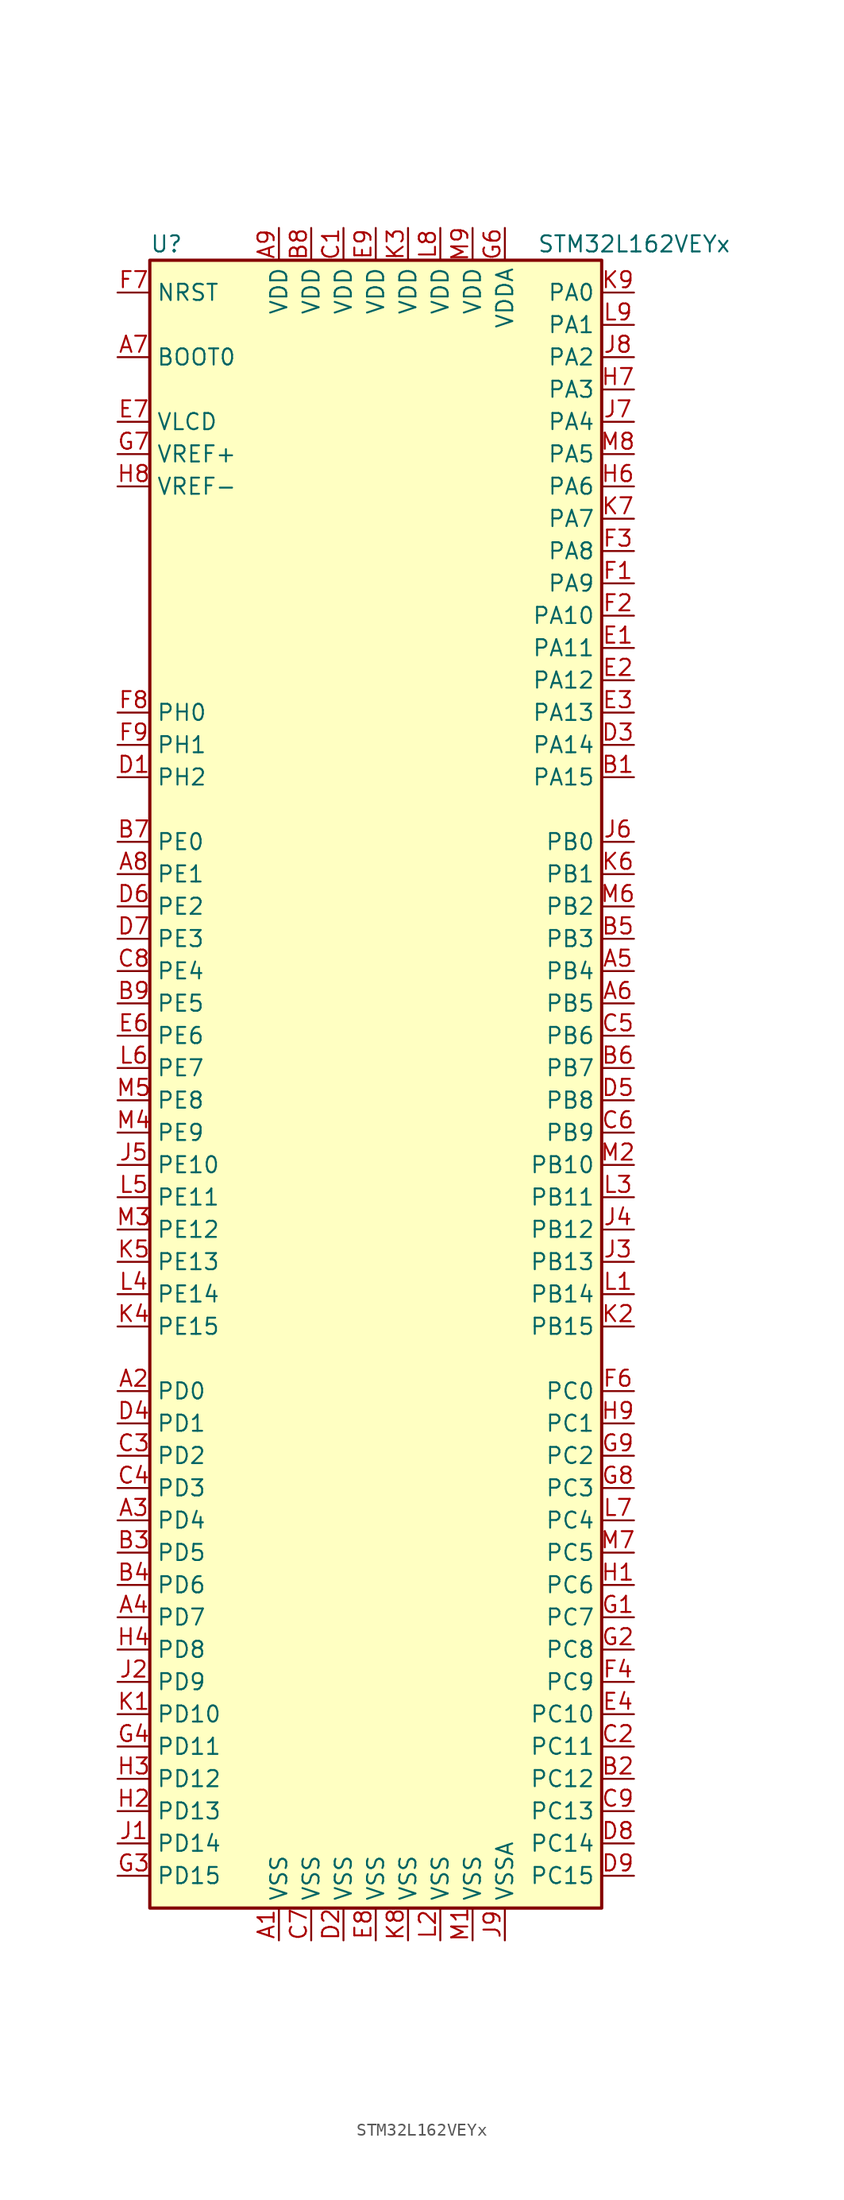
<source format=kicad_sym>
(kicad_symbol_lib
  (version 20201005)
  (generator kicad_symbol_editor)
  (symbol "STM32L162VEYx"
    (property "Reference" "U"
      (at -17.78 64.77 0)
      (effects (font (size 1.27 1.27)) (justify left)))
    (property "Value" "STM32L162VEYx"
      (at 12.7 64.77 0)
      (effects (font (size 1.27 1.27)) (justify left)))
    (symbol "STM32L162VEYx_0_1"
      (rectangle (start -17.78 -66.04) (end 17.78 63.5) (stroke (width 0.254)) (fill (type background))))
    (symbol "STM32L162VEYx_1_1"
      (pin power_in line (at -7.62 -68.58 90) (length 2.54) (name "VSS" (effects (font (size 1.27 1.27)))) (number "A1" (effects (font (size 1.27 1.27)))))
      (pin bidirectional line (at -20.32 -25.4 0) (length 2.54) (name "PD0" (effects (font (size 1.27 1.27)))) (number "A2" (effects (font (size 1.27 1.27)))))
      (pin bidirectional line (at -20.32 -35.56 0) (length 2.54) (name "PD4" (effects (font (size 1.27 1.27)))) (number "A3" (effects (font (size 1.27 1.27)))))
      (pin bidirectional line (at -20.32 -43.18 0) (length 2.54) (name "PD7" (effects (font (size 1.27 1.27)))) (number "A4" (effects (font (size 1.27 1.27)))))
      (pin bidirectional line (at 20.32 7.62 180) (length 2.54) (name "PB4" (effects (font (size 1.27 1.27)))) (number "A5" (effects (font (size 1.27 1.27)))))
      (pin bidirectional line (at 20.32 5.08 180) (length 2.54) (name "PB5" (effects (font (size 1.27 1.27)))) (number "A6" (effects (font (size 1.27 1.27)))))
      (pin input line (at -20.32 55.88 0) (length 2.54) (name "BOOT0" (effects (font (size 1.27 1.27)))) (number "A7" (effects (font (size 1.27 1.27)))))
      (pin bidirectional line (at -20.32 15.24 0) (length 2.54) (name "PE1" (effects (font (size 1.27 1.27)))) (number "A8" (effects (font (size 1.27 1.27)))))
      (pin power_in line (at -7.62 66.04 270) (length 2.54) (name "VDD" (effects (font (size 1.27 1.27)))) (number "A9" (effects (font (size 1.27 1.27)))))
      (pin bidirectional line (at 20.32 22.86 180) (length 2.54) (name "PA15" (effects (font (size 1.27 1.27)))) (number "B1" (effects (font (size 1.27 1.27)))))
      (pin bidirectional line (at 20.32 -55.88 180) (length 2.54) (name "PC12" (effects (font (size 1.27 1.27)))) (number "B2" (effects (font (size 1.27 1.27)))))
      (pin bidirectional line (at -20.32 -38.1 0) (length 2.54) (name "PD5" (effects (font (size 1.27 1.27)))) (number "B3" (effects (font (size 1.27 1.27)))))
      (pin bidirectional line (at -20.32 -40.64 0) (length 2.54) (name "PD6" (effects (font (size 1.27 1.27)))) (number "B4" (effects (font (size 1.27 1.27)))))
      (pin bidirectional line (at 20.32 10.16 180) (length 2.54) (name "PB3" (effects (font (size 1.27 1.27)))) (number "B5" (effects (font (size 1.27 1.27)))))
      (pin bidirectional line (at 20.32 0 180) (length 2.54) (name "PB7" (effects (font (size 1.27 1.27)))) (number "B6" (effects (font (size 1.27 1.27)))))
      (pin bidirectional line (at -20.32 17.78 0) (length 2.54) (name "PE0" (effects (font (size 1.27 1.27)))) (number "B7" (effects (font (size 1.27 1.27)))))
      (pin power_in line (at -5.08 66.04 270) (length 2.54) (name "VDD" (effects (font (size 1.27 1.27)))) (number "B8" (effects (font (size 1.27 1.27)))))
      (pin bidirectional line (at -20.32 5.08 0) (length 2.54) (name "PE5" (effects (font (size 1.27 1.27)))) (number "B9" (effects (font (size 1.27 1.27)))))
      (pin power_in line (at -2.54 66.04 270) (length 2.54) (name "VDD" (effects (font (size 1.27 1.27)))) (number "C1" (effects (font (size 1.27 1.27)))))
      (pin bidirectional line (at 20.32 -53.34 180) (length 2.54) (name "PC11" (effects (font (size 1.27 1.27)))) (number "C2" (effects (font (size 1.27 1.27)))))
      (pin bidirectional line (at -20.32 -30.48 0) (length 2.54) (name "PD2" (effects (font (size 1.27 1.27)))) (number "C3" (effects (font (size 1.27 1.27)))))
      (pin bidirectional line (at -20.32 -33.02 0) (length 2.54) (name "PD3" (effects (font (size 1.27 1.27)))) (number "C4" (effects (font (size 1.27 1.27)))))
      (pin bidirectional line (at 20.32 2.54 180) (length 2.54) (name "PB6" (effects (font (size 1.27 1.27)))) (number "C5" (effects (font (size 1.27 1.27)))))
      (pin bidirectional line (at 20.32 -5.08 180) (length 2.54) (name "PB9" (effects (font (size 1.27 1.27)))) (number "C6" (effects (font (size 1.27 1.27)))))
      (pin power_in line (at -5.08 -68.58 90) (length 2.54) (name "VSS" (effects (font (size 1.27 1.27)))) (number "C7" (effects (font (size 1.27 1.27)))))
      (pin bidirectional line (at -20.32 7.62 0) (length 2.54) (name "PE4" (effects (font (size 1.27 1.27)))) (number "C8" (effects (font (size 1.27 1.27)))))
      (pin bidirectional line (at 20.32 -58.42 180) (length 2.54) (name "PC13" (effects (font (size 1.27 1.27)))) (number "C9" (effects (font (size 1.27 1.27)))))
      (pin bidirectional line (at -20.32 22.86 0) (length 2.54) (name "PH2" (effects (font (size 1.27 1.27)))) (number "D1" (effects (font (size 1.27 1.27)))))
      (pin power_in line (at -2.54 -68.58 90) (length 2.54) (name "VSS" (effects (font (size 1.27 1.27)))) (number "D2" (effects (font (size 1.27 1.27)))))
      (pin bidirectional line (at 20.32 25.4 180) (length 2.54) (name "PA14" (effects (font (size 1.27 1.27)))) (number "D3" (effects (font (size 1.27 1.27)))))
      (pin bidirectional line (at -20.32 -27.94 0) (length 2.54) (name "PD1" (effects (font (size 1.27 1.27)))) (number "D4" (effects (font (size 1.27 1.27)))))
      (pin bidirectional line (at 20.32 -2.54 180) (length 2.54) (name "PB8" (effects (font (size 1.27 1.27)))) (number "D5" (effects (font (size 1.27 1.27)))))
      (pin bidirectional line (at -20.32 12.7 0) (length 2.54) (name "PE2" (effects (font (size 1.27 1.27)))) (number "D6" (effects (font (size 1.27 1.27)))))
      (pin bidirectional line (at -20.32 10.16 0) (length 2.54) (name "PE3" (effects (font (size 1.27 1.27)))) (number "D7" (effects (font (size 1.27 1.27)))))
      (pin bidirectional line (at 20.32 -60.96 180) (length 2.54) (name "PC14" (effects (font (size 1.27 1.27)))) (number "D8" (effects (font (size 1.27 1.27)))))
      (pin bidirectional line (at 20.32 -63.5 180) (length 2.54) (name "PC15" (effects (font (size 1.27 1.27)))) (number "D9" (effects (font (size 1.27 1.27)))))
      (pin bidirectional line (at 20.32 33.02 180) (length 2.54) (name "PA11" (effects (font (size 1.27 1.27)))) (number "E1" (effects (font (size 1.27 1.27)))))
      (pin bidirectional line (at 20.32 30.48 180) (length 2.54) (name "PA12" (effects (font (size 1.27 1.27)))) (number "E2" (effects (font (size 1.27 1.27)))))
      (pin bidirectional line (at 20.32 27.94 180) (length 2.54) (name "PA13" (effects (font (size 1.27 1.27)))) (number "E3" (effects (font (size 1.27 1.27)))))
      (pin bidirectional line (at 20.32 -50.8 180) (length 2.54) (name "PC10" (effects (font (size 1.27 1.27)))) (number "E4" (effects (font (size 1.27 1.27)))))
      (pin bidirectional line (at -20.32 2.54 0) (length 2.54) (name "PE6" (effects (font (size 1.27 1.27)))) (number "E6" (effects (font (size 1.27 1.27)))))
      (pin power_in line (at -20.32 50.8 0) (length 2.54) (name "VLCD" (effects (font (size 1.27 1.27)))) (number "E7" (effects (font (size 1.27 1.27)))))
      (pin power_in line (at 0 -68.58 90) (length 2.54) (name "VSS" (effects (font (size 1.27 1.27)))) (number "E8" (effects (font (size 1.27 1.27)))))
      (pin power_in line (at 0 66.04 270) (length 2.54) (name "VDD" (effects (font (size 1.27 1.27)))) (number "E9" (effects (font (size 1.27 1.27)))))
      (pin bidirectional line (at 20.32 38.1 180) (length 2.54) (name "PA9" (effects (font (size 1.27 1.27)))) (number "F1" (effects (font (size 1.27 1.27)))))
      (pin bidirectional line (at 20.32 35.56 180) (length 2.54) (name "PA10" (effects (font (size 1.27 1.27)))) (number "F2" (effects (font (size 1.27 1.27)))))
      (pin bidirectional line (at 20.32 40.64 180) (length 2.54) (name "PA8" (effects (font (size 1.27 1.27)))) (number "F3" (effects (font (size 1.27 1.27)))))
      (pin bidirectional line (at 20.32 -48.26 180) (length 2.54) (name "PC9" (effects (font (size 1.27 1.27)))) (number "F4" (effects (font (size 1.27 1.27)))))
      (pin bidirectional line (at 20.32 -25.4 180) (length 2.54) (name "PC0" (effects (font (size 1.27 1.27)))) (number "F6" (effects (font (size 1.27 1.27)))))
      (pin input line (at -20.32 60.96 0) (length 2.54) (name "NRST" (effects (font (size 1.27 1.27)))) (number "F7" (effects (font (size 1.27 1.27)))))
      (pin input line (at -20.32 27.94 0) (length 2.54) (name "PH0" (effects (font (size 1.27 1.27)))) (number "F8" (effects (font (size 1.27 1.27)))))
      (pin input line (at -20.32 25.4 0) (length 2.54) (name "PH1" (effects (font (size 1.27 1.27)))) (number "F9" (effects (font (size 1.27 1.27)))))
      (pin bidirectional line (at 20.32 -43.18 180) (length 2.54) (name "PC7" (effects (font (size 1.27 1.27)))) (number "G1" (effects (font (size 1.27 1.27)))))
      (pin bidirectional line (at 20.32 -45.72 180) (length 2.54) (name "PC8" (effects (font (size 1.27 1.27)))) (number "G2" (effects (font (size 1.27 1.27)))))
      (pin bidirectional line (at -20.32 -63.5 0) (length 2.54) (name "PD15" (effects (font (size 1.27 1.27)))) (number "G3" (effects (font (size 1.27 1.27)))))
      (pin bidirectional line (at -20.32 -53.34 0) (length 2.54) (name "PD11" (effects (font (size 1.27 1.27)))) (number "G4" (effects (font (size 1.27 1.27)))))
      (pin power_in line (at 10.16 66.04 270) (length 2.54) (name "VDDA" (effects (font (size 1.27 1.27)))) (number "G6" (effects (font (size 1.27 1.27)))))
      (pin power_in line (at -20.32 48.26 0) (length 2.54) (name "VREF+" (effects (font (size 1.27 1.27)))) (number "G7" (effects (font (size 1.27 1.27)))))
      (pin bidirectional line (at 20.32 -33.02 180) (length 2.54) (name "PC3" (effects (font (size 1.27 1.27)))) (number "G8" (effects (font (size 1.27 1.27)))))
      (pin bidirectional line (at 20.32 -30.48 180) (length 2.54) (name "PC2" (effects (font (size 1.27 1.27)))) (number "G9" (effects (font (size 1.27 1.27)))))
      (pin bidirectional line (at 20.32 -40.64 180) (length 2.54) (name "PC6" (effects (font (size 1.27 1.27)))) (number "H1" (effects (font (size 1.27 1.27)))))
      (pin bidirectional line (at -20.32 -58.42 0) (length 2.54) (name "PD13" (effects (font (size 1.27 1.27)))) (number "H2" (effects (font (size 1.27 1.27)))))
      (pin bidirectional line (at -20.32 -55.88 0) (length 2.54) (name "PD12" (effects (font (size 1.27 1.27)))) (number "H3" (effects (font (size 1.27 1.27)))))
      (pin bidirectional line (at -20.32 -45.72 0) (length 2.54) (name "PD8" (effects (font (size 1.27 1.27)))) (number "H4" (effects (font (size 1.27 1.27)))))
      (pin bidirectional line (at 20.32 45.72 180) (length 2.54) (name "PA6" (effects (font (size 1.27 1.27)))) (number "H6" (effects (font (size 1.27 1.27)))))
      (pin bidirectional line (at 20.32 53.34 180) (length 2.54) (name "PA3" (effects (font (size 1.27 1.27)))) (number "H7" (effects (font (size 1.27 1.27)))))
      (pin power_in line (at -20.32 45.72 0) (length 2.54) (name "VREF-" (effects (font (size 1.27 1.27)))) (number "H8" (effects (font (size 1.27 1.27)))))
      (pin bidirectional line (at 20.32 -27.94 180) (length 2.54) (name "PC1" (effects (font (size 1.27 1.27)))) (number "H9" (effects (font (size 1.27 1.27)))))
      (pin bidirectional line (at -20.32 -60.96 0) (length 2.54) (name "PD14" (effects (font (size 1.27 1.27)))) (number "J1" (effects (font (size 1.27 1.27)))))
      (pin bidirectional line (at -20.32 -48.26 0) (length 2.54) (name "PD9" (effects (font (size 1.27 1.27)))) (number "J2" (effects (font (size 1.27 1.27)))))
      (pin bidirectional line (at 20.32 -15.24 180) (length 2.54) (name "PB13" (effects (font (size 1.27 1.27)))) (number "J3" (effects (font (size 1.27 1.27)))))
      (pin bidirectional line (at 20.32 -12.7 180) (length 2.54) (name "PB12" (effects (font (size 1.27 1.27)))) (number "J4" (effects (font (size 1.27 1.27)))))
      (pin bidirectional line (at -20.32 -7.62 0) (length 2.54) (name "PE10" (effects (font (size 1.27 1.27)))) (number "J5" (effects (font (size 1.27 1.27)))))
      (pin bidirectional line (at 20.32 17.78 180) (length 2.54) (name "PB0" (effects (font (size 1.27 1.27)))) (number "J6" (effects (font (size 1.27 1.27)))))
      (pin bidirectional line (at 20.32 50.8 180) (length 2.54) (name "PA4" (effects (font (size 1.27 1.27)))) (number "J7" (effects (font (size 1.27 1.27)))))
      (pin bidirectional line (at 20.32 55.88 180) (length 2.54) (name "PA2" (effects (font (size 1.27 1.27)))) (number "J8" (effects (font (size 1.27 1.27)))))
      (pin power_in line (at 10.16 -68.58 90) (length 2.54) (name "VSSA" (effects (font (size 1.27 1.27)))) (number "J9" (effects (font (size 1.27 1.27)))))
      (pin bidirectional line (at -20.32 -50.8 0) (length 2.54) (name "PD10" (effects (font (size 1.27 1.27)))) (number "K1" (effects (font (size 1.27 1.27)))))
      (pin bidirectional line (at 20.32 -20.32 180) (length 2.54) (name "PB15" (effects (font (size 1.27 1.27)))) (number "K2" (effects (font (size 1.27 1.27)))))
      (pin power_in line (at 2.54 66.04 270) (length 2.54) (name "VDD" (effects (font (size 1.27 1.27)))) (number "K3" (effects (font (size 1.27 1.27)))))
      (pin bidirectional line (at -20.32 -20.32 0) (length 2.54) (name "PE15" (effects (font (size 1.27 1.27)))) (number "K4" (effects (font (size 1.27 1.27)))))
      (pin bidirectional line (at -20.32 -15.24 0) (length 2.54) (name "PE13" (effects (font (size 1.27 1.27)))) (number "K5" (effects (font (size 1.27 1.27)))))
      (pin bidirectional line (at 20.32 15.24 180) (length 2.54) (name "PB1" (effects (font (size 1.27 1.27)))) (number "K6" (effects (font (size 1.27 1.27)))))
      (pin bidirectional line (at 20.32 43.18 180) (length 2.54) (name "PA7" (effects (font (size 1.27 1.27)))) (number "K7" (effects (font (size 1.27 1.27)))))
      (pin power_in line (at 2.54 -68.58 90) (length 2.54) (name "VSS" (effects (font (size 1.27 1.27)))) (number "K8" (effects (font (size 1.27 1.27)))))
      (pin bidirectional line (at 20.32 60.96 180) (length 2.54) (name "PA0" (effects (font (size 1.27 1.27)))) (number "K9" (effects (font (size 1.27 1.27)))))
      (pin bidirectional line (at 20.32 -17.78 180) (length 2.54) (name "PB14" (effects (font (size 1.27 1.27)))) (number "L1" (effects (font (size 1.27 1.27)))))
      (pin power_in line (at 5.08 -68.58 90) (length 2.54) (name "VSS" (effects (font (size 1.27 1.27)))) (number "L2" (effects (font (size 1.27 1.27)))))
      (pin bidirectional line (at 20.32 -10.16 180) (length 2.54) (name "PB11" (effects (font (size 1.27 1.27)))) (number "L3" (effects (font (size 1.27 1.27)))))
      (pin bidirectional line (at -20.32 -17.78 0) (length 2.54) (name "PE14" (effects (font (size 1.27 1.27)))) (number "L4" (effects (font (size 1.27 1.27)))))
      (pin bidirectional line (at -20.32 -10.16 0) (length 2.54) (name "PE11" (effects (font (size 1.27 1.27)))) (number "L5" (effects (font (size 1.27 1.27)))))
      (pin bidirectional line (at -20.32 0 0) (length 2.54) (name "PE7" (effects (font (size 1.27 1.27)))) (number "L6" (effects (font (size 1.27 1.27)))))
      (pin bidirectional line (at 20.32 -35.56 180) (length 2.54) (name "PC4" (effects (font (size 1.27 1.27)))) (number "L7" (effects (font (size 1.27 1.27)))))
      (pin power_in line (at 5.08 66.04 270) (length 2.54) (name "VDD" (effects (font (size 1.27 1.27)))) (number "L8" (effects (font (size 1.27 1.27)))))
      (pin bidirectional line (at 20.32 58.42 180) (length 2.54) (name "PA1" (effects (font (size 1.27 1.27)))) (number "L9" (effects (font (size 1.27 1.27)))))
      (pin power_in line (at 7.62 -68.58 90) (length 2.54) (name "VSS" (effects (font (size 1.27 1.27)))) (number "M1" (effects (font (size 1.27 1.27)))))
      (pin bidirectional line (at 20.32 -7.62 180) (length 2.54) (name "PB10" (effects (font (size 1.27 1.27)))) (number "M2" (effects (font (size 1.27 1.27)))))
      (pin bidirectional line (at -20.32 -12.7 0) (length 2.54) (name "PE12" (effects (font (size 1.27 1.27)))) (number "M3" (effects (font (size 1.27 1.27)))))
      (pin bidirectional line (at -20.32 -5.08 0) (length 2.54) (name "PE9" (effects (font (size 1.27 1.27)))) (number "M4" (effects (font (size 1.27 1.27)))))
      (pin bidirectional line (at -20.32 -2.54 0) (length 2.54) (name "PE8" (effects (font (size 1.27 1.27)))) (number "M5" (effects (font (size 1.27 1.27)))))
      (pin bidirectional line (at 20.32 12.7 180) (length 2.54) (name "PB2" (effects (font (size 1.27 1.27)))) (number "M6" (effects (font (size 1.27 1.27)))))
      (pin bidirectional line (at 20.32 -38.1 180) (length 2.54) (name "PC5" (effects (font (size 1.27 1.27)))) (number "M7" (effects (font (size 1.27 1.27)))))
      (pin bidirectional line (at 20.32 48.26 180) (length 2.54) (name "PA5" (effects (font (size 1.27 1.27)))) (number "M8" (effects (font (size 1.27 1.27)))))
      (pin power_in line (at 7.62 66.04 270) (length 2.54) (name "VDD" (effects (font (size 1.27 1.27)))) (number "M9" (effects (font (size 1.27 1.27))))))))
</source>
